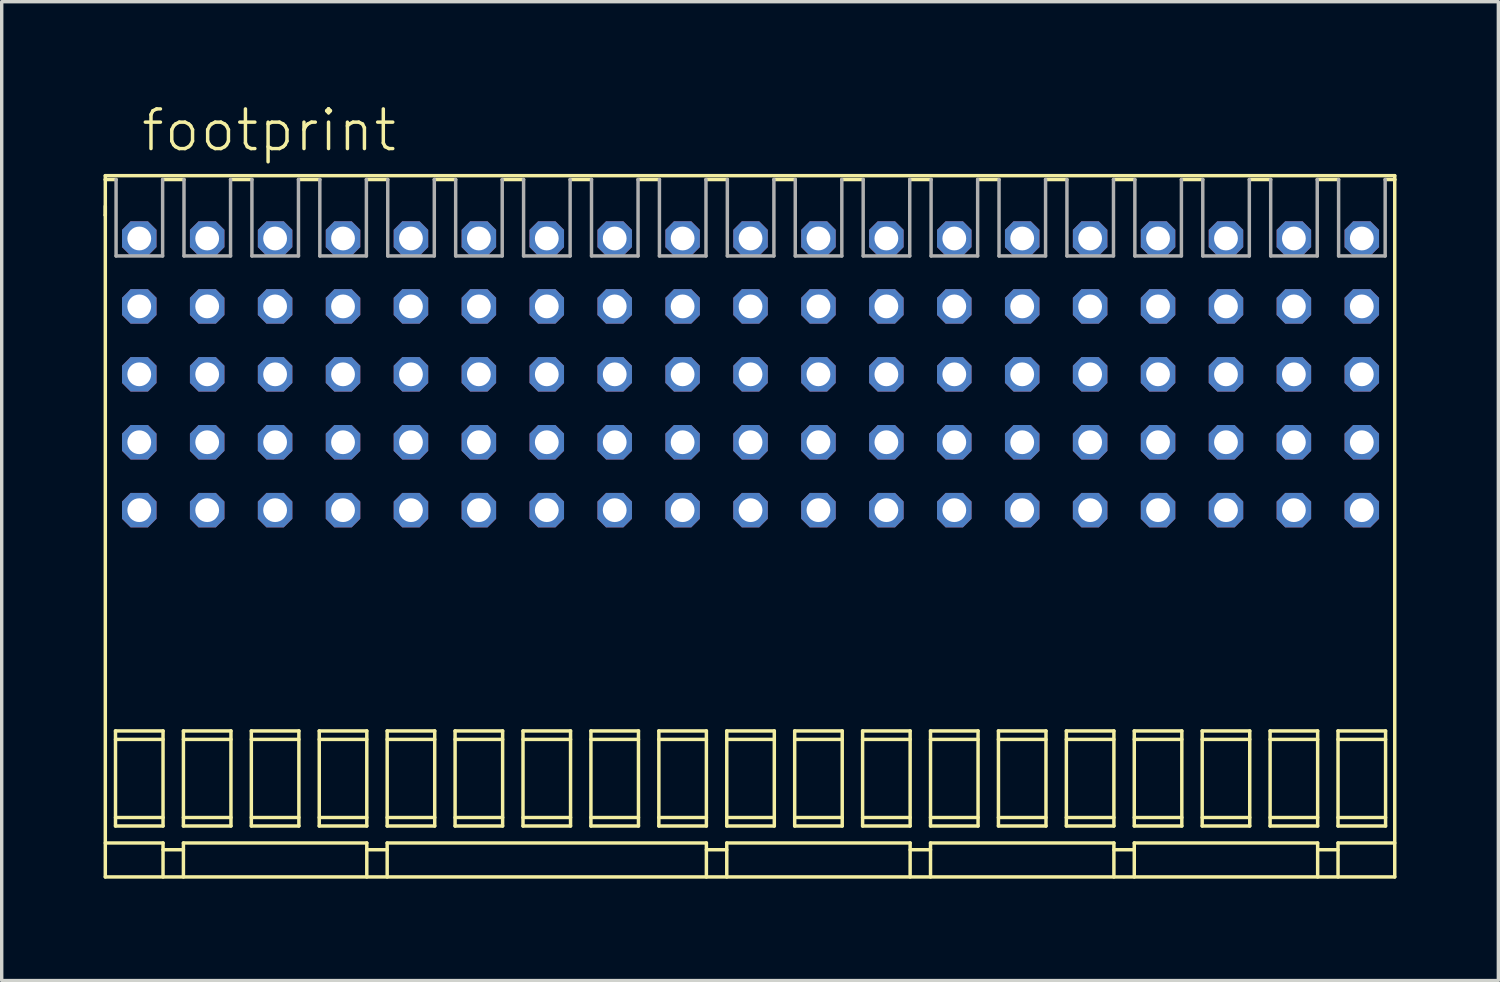
<source format=kicad_pcb>
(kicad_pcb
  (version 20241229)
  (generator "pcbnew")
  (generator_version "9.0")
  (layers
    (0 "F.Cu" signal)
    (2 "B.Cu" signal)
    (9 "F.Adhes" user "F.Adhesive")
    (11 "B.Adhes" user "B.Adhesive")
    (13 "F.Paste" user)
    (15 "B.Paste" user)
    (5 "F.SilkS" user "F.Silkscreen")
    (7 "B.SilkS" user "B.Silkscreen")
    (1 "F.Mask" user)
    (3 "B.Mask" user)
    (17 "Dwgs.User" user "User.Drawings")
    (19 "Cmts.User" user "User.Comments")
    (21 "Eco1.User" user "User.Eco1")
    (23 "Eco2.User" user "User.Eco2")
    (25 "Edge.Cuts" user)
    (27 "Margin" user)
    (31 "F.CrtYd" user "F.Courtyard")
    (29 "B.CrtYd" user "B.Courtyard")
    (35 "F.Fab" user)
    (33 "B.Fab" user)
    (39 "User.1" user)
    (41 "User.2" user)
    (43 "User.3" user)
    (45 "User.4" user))
  (footprint "footprint"
    (layer "F.Cu")
    (at 19.051 11.973)
    (property "Reference" "footprint" (at -18 -10.5 0) (layer "F.SilkS") (effects (font (size 1.168 1.168) (thickness 0.102)) (justify left bottom)))
    (fp_line (start -19 -9.85) (end 18.97 -9.85) (stroke (width 0.102) (type solid)) (layer "F.SilkS"))
    (fp_line (start -19 -9.736) (end -19 -9.85) (stroke (width 0.102) (type solid)) (layer "F.SilkS"))
    (fp_line (start -19 -8.952) (end -19 -8.686) (stroke (width 0.102) (type solid)) (layer "F.SilkS"))
    (fp_line (start -19 -8.686) (end -19 -9.736) (stroke (width 0.102) (type solid)) (layer "F.SilkS"))
    (fp_line (start -19 -8.686) (end -19 10.8) (stroke (width 0.102) (type solid)) (layer "F.SilkS"))
    (fp_line (start -19 10.8) (end 18.97 10.8) (stroke (width 0.102) (type solid)) (layer "F.SilkS"))
    (fp_line (start -18.7 6.75) (end -17.3 6.75) (stroke (width 0.102) (type solid)) (layer "F.SilkS"))
    (fp_line (start -18.7 9.05) (end -17.3 9.05) (stroke (width 0.102) (type solid)) (layer "F.SilkS"))
    (fp_line (start -18.7 9.3) (end -18.7 6.5) (stroke (width 0.102) (type solid)) (layer "F.SilkS"))
    (fp_line (start -18.683 -9.736) (end -19 -9.736) (stroke (width 0.102) (type solid)) (layer "F.SilkS"))
    (fp_line (start -17.3 6.5) (end -18.7 6.5) (stroke (width 0.102) (type solid)) (layer "F.SilkS"))
    (fp_line (start -17.3 9.3) (end -18.7 9.3) (stroke (width 0.102) (type solid)) (layer "F.SilkS"))
    (fp_line (start -17.3 9.3) (end -17.3 6.5) (stroke (width 0.102) (type solid)) (layer "F.SilkS"))
    (fp_line (start -17.3 9.8) (end -19 9.8) (stroke (width 0.102) (type solid)) (layer "F.SilkS"))
    (fp_line (start -17.3 10) (end -16.7 10) (stroke (width 0.102) (type solid)) (layer "F.SilkS"))
    (fp_line (start -17.3 10.8) (end -17.3 9.8) (stroke (width 0.102) (type solid)) (layer "F.SilkS"))
    (fp_line (start -16.7 6.75) (end -15.3 6.75) (stroke (width 0.102) (type solid)) (layer "F.SilkS"))
    (fp_line (start -16.7 9.05) (end -15.3 9.05) (stroke (width 0.102) (type solid)) (layer "F.SilkS"))
    (fp_line (start -16.7 9.3) (end -16.7 6.5) (stroke (width 0.102) (type solid)) (layer "F.SilkS"))
    (fp_line (start -16.7 9.8) (end -11.3 9.8) (stroke (width 0.102) (type solid)) (layer "F.SilkS"))
    (fp_line (start -16.7 10.8) (end -16.7 9.8) (stroke (width 0.102) (type solid)) (layer "F.SilkS"))
    (fp_line (start -16.683 -9.736) (end -17.312 -9.736) (stroke (width 0.102) (type solid)) (layer "F.SilkS"))
    (fp_line (start -15.3 6.5) (end -16.7 6.5) (stroke (width 0.102) (type solid)) (layer "F.SilkS"))
    (fp_line (start -15.3 9.3) (end -16.7 9.3) (stroke (width 0.102) (type solid)) (layer "F.SilkS"))
    (fp_line (start -15.3 9.3) (end -15.3 6.5) (stroke (width 0.102) (type solid)) (layer "F.SilkS"))
    (fp_line (start -14.7 6.75) (end -13.3 6.75) (stroke (width 0.102) (type solid)) (layer "F.SilkS"))
    (fp_line (start -14.7 9.05) (end -13.3 9.05) (stroke (width 0.102) (type solid)) (layer "F.SilkS"))
    (fp_line (start -14.7 9.3) (end -14.7 6.5) (stroke (width 0.102) (type solid)) (layer "F.SilkS"))
    (fp_line (start -14.683 -9.736) (end -15.312 -9.736) (stroke (width 0.102) (type solid)) (layer "F.SilkS"))
    (fp_line (start -13.3 6.5) (end -14.7 6.5) (stroke (width 0.102) (type solid)) (layer "F.SilkS"))
    (fp_line (start -13.3 9.3) (end -14.7 9.3) (stroke (width 0.102) (type solid)) (layer "F.SilkS"))
    (fp_line (start -13.3 9.3) (end -13.3 6.5) (stroke (width 0.102) (type solid)) (layer "F.SilkS"))
    (fp_line (start -12.7 6.75) (end -11.3 6.75) (stroke (width 0.102) (type solid)) (layer "F.SilkS"))
    (fp_line (start -12.7 9.05) (end -11.3 9.05) (stroke (width 0.102) (type solid)) (layer "F.SilkS"))
    (fp_line (start -12.7 9.3) (end -12.7 6.5) (stroke (width 0.102) (type solid)) (layer "F.SilkS"))
    (fp_line (start -12.683 -9.736) (end -13.312 -9.736) (stroke (width 0.102) (type solid)) (layer "F.SilkS"))
    (fp_line (start -11.3 6.5) (end -12.7 6.5) (stroke (width 0.102) (type solid)) (layer "F.SilkS"))
    (fp_line (start -11.3 9.3) (end -12.7 9.3) (stroke (width 0.102) (type solid)) (layer "F.SilkS"))
    (fp_line (start -11.3 9.3) (end -11.3 6.5) (stroke (width 0.102) (type solid)) (layer "F.SilkS"))
    (fp_line (start -11.3 10) (end -10.7 10) (stroke (width 0.102) (type solid)) (layer "F.SilkS"))
    (fp_line (start -11.3 10.8) (end -11.3 9.8) (stroke (width 0.102) (type solid)) (layer "F.SilkS"))
    (fp_line (start -10.7 6.75) (end -9.3 6.75) (stroke (width 0.102) (type solid)) (layer "F.SilkS"))
    (fp_line (start -10.7 9.05) (end -9.3 9.05) (stroke (width 0.102) (type solid)) (layer "F.SilkS"))
    (fp_line (start -10.7 9.3) (end -10.7 6.5) (stroke (width 0.102) (type solid)) (layer "F.SilkS"))
    (fp_line (start -10.7 9.8) (end -10.7 10.8) (stroke (width 0.102) (type solid)) (layer "F.SilkS"))
    (fp_line (start -10.683 -9.736) (end -11.312 -9.736) (stroke (width 0.102) (type solid)) (layer "F.SilkS"))
    (fp_line (start -9.3 6.5) (end -10.7 6.5) (stroke (width 0.102) (type solid)) (layer "F.SilkS"))
    (fp_line (start -9.3 9.3) (end -10.7 9.3) (stroke (width 0.102) (type solid)) (layer "F.SilkS"))
    (fp_line (start -9.3 9.3) (end -9.3 6.5) (stroke (width 0.102) (type solid)) (layer "F.SilkS"))
    (fp_line (start -8.7 6.75) (end -7.3 6.75) (stroke (width 0.102) (type solid)) (layer "F.SilkS"))
    (fp_line (start -8.7 9.05) (end -7.3 9.05) (stroke (width 0.102) (type solid)) (layer "F.SilkS"))
    (fp_line (start -8.7 9.3) (end -8.7 6.5) (stroke (width 0.102) (type solid)) (layer "F.SilkS"))
    (fp_line (start -8.683 -9.736) (end -9.312 -9.736) (stroke (width 0.102) (type solid)) (layer "F.SilkS"))
    (fp_line (start -7.3 6.5) (end -8.7 6.5) (stroke (width 0.102) (type solid)) (layer "F.SilkS"))
    (fp_line (start -7.3 9.3) (end -8.7 9.3) (stroke (width 0.102) (type solid)) (layer "F.SilkS"))
    (fp_line (start -7.3 9.3) (end -7.3 6.5) (stroke (width 0.102) (type solid)) (layer "F.SilkS"))
    (fp_line (start -6.7 9.3) (end -6.7 6.5) (stroke (width 0.102) (type solid)) (layer "F.SilkS"))
    (fp_line (start -6.683 -9.736) (end -7.312 -9.736) (stroke (width 0.102) (type solid)) (layer "F.SilkS"))
    (fp_line (start -5.3 6.5) (end -6.7 6.5) (stroke (width 0.102) (type solid)) (layer "F.SilkS"))
    (fp_line (start -5.3 6.5) (end -5.3 9.3) (stroke (width 0.102) (type solid)) (layer "F.SilkS"))
    (fp_line (start -5.3 6.75) (end -6.7 6.75) (stroke (width 0.102) (type solid)) (layer "F.SilkS"))
    (fp_line (start -5.3 9.05) (end -6.7 9.05) (stroke (width 0.102) (type solid)) (layer "F.SilkS"))
    (fp_line (start -5.3 9.3) (end -6.7 9.3) (stroke (width 0.102) (type solid)) (layer "F.SilkS"))
    (fp_line (start -4.7 6.5) (end -3.3 6.5) (stroke (width 0.102) (type solid)) (layer "F.SilkS"))
    (fp_line (start -4.7 9.3) (end -4.7 6.5) (stroke (width 0.102) (type solid)) (layer "F.SilkS"))
    (fp_line (start -4.683 -9.736) (end -5.312 -9.736) (stroke (width 0.102) (type solid)) (layer "F.SilkS"))
    (fp_line (start -3.3 6.5) (end -3.3 9.3) (stroke (width 0.102) (type solid)) (layer "F.SilkS"))
    (fp_line (start -3.3 6.75) (end -4.7 6.75) (stroke (width 0.102) (type solid)) (layer "F.SilkS"))
    (fp_line (start -3.3 9.05) (end -4.7 9.05) (stroke (width 0.102) (type solid)) (layer "F.SilkS"))
    (fp_line (start -3.3 9.3) (end -4.7 9.3) (stroke (width 0.102) (type solid)) (layer "F.SilkS"))
    (fp_line (start -2.7 6.5) (end -1.3 6.5) (stroke (width 0.102) (type solid)) (layer "F.SilkS"))
    (fp_line (start -2.7 9.3) (end -2.7 6.5) (stroke (width 0.102) (type solid)) (layer "F.SilkS"))
    (fp_line (start -2.683 -9.736) (end -3.312 -9.736) (stroke (width 0.102) (type solid)) (layer "F.SilkS"))
    (fp_line (start -1.3 6.5) (end -1.3 9.3) (stroke (width 0.102) (type solid)) (layer "F.SilkS"))
    (fp_line (start -1.3 6.75) (end -2.7 6.75) (stroke (width 0.102) (type solid)) (layer "F.SilkS"))
    (fp_line (start -1.3 9.05) (end -2.7 9.05) (stroke (width 0.102) (type solid)) (layer "F.SilkS"))
    (fp_line (start -1.3 9.3) (end -2.7 9.3) (stroke (width 0.102) (type solid)) (layer "F.SilkS"))
    (fp_line (start -1.3 9.8) (end -10.7 9.8) (stroke (width 0.102) (type solid)) (layer "F.SilkS"))
    (fp_line (start -1.3 10.8) (end -1.3 9.8) (stroke (width 0.102) (type solid)) (layer "F.SilkS"))
    (fp_line (start -0.7 6.5) (end 0.7 6.5) (stroke (width 0.102) (type solid)) (layer "F.SilkS"))
    (fp_line (start -0.7 9.3) (end -0.7 6.5) (stroke (width 0.102) (type solid)) (layer "F.SilkS"))
    (fp_line (start -0.7 9.8) (end -0.7 10.8) (stroke (width 0.102) (type solid)) (layer "F.SilkS"))
    (fp_line (start -0.7 10) (end -1.3 10) (stroke (width 0.102) (type solid)) (layer "F.SilkS"))
    (fp_line (start -0.683 -9.736) (end -1.312 -9.736) (stroke (width 0.102) (type solid)) (layer "F.SilkS"))
    (fp_line (start 0.7 6.5) (end 0.7 9.3) (stroke (width 0.102) (type solid)) (layer "F.SilkS"))
    (fp_line (start 0.7 6.75) (end -0.7 6.75) (stroke (width 0.102) (type solid)) (layer "F.SilkS"))
    (fp_line (start 0.7 9.05) (end -0.7 9.05) (stroke (width 0.102) (type solid)) (layer "F.SilkS"))
    (fp_line (start 0.7 9.3) (end -0.7 9.3) (stroke (width 0.102) (type solid)) (layer "F.SilkS"))
    (fp_line (start 1.3 6.5) (end 2.7 6.5) (stroke (width 0.102) (type solid)) (layer "F.SilkS"))
    (fp_line (start 1.3 9.3) (end 1.3 6.5) (stroke (width 0.102) (type solid)) (layer "F.SilkS"))
    (fp_line (start 1.317 -9.736) (end 0.688 -9.736) (stroke (width 0.102) (type solid)) (layer "F.SilkS"))
    (fp_line (start 2.7 6.5) (end 2.7 9.3) (stroke (width 0.102) (type solid)) (layer "F.SilkS"))
    (fp_line (start 2.7 6.75) (end 1.3 6.75) (stroke (width 0.102) (type solid)) (layer "F.SilkS"))
    (fp_line (start 2.7 9.05) (end 1.3 9.05) (stroke (width 0.102) (type solid)) (layer "F.SilkS"))
    (fp_line (start 2.7 9.3) (end 1.3 9.3) (stroke (width 0.102) (type solid)) (layer "F.SilkS"))
    (fp_line (start 3.3 6.5) (end 4.7 6.5) (stroke (width 0.102) (type solid)) (layer "F.SilkS"))
    (fp_line (start 3.3 9.3) (end 3.3 6.5) (stroke (width 0.102) (type solid)) (layer "F.SilkS"))
    (fp_line (start 3.317 -9.736) (end 2.688 -9.736) (stroke (width 0.102) (type solid)) (layer "F.SilkS"))
    (fp_line (start 4.7 6.5) (end 4.7 9.3) (stroke (width 0.102) (type solid)) (layer "F.SilkS"))
    (fp_line (start 4.7 6.75) (end 3.3 6.75) (stroke (width 0.102) (type solid)) (layer "F.SilkS"))
    (fp_line (start 4.7 9.05) (end 3.3 9.05) (stroke (width 0.102) (type solid)) (layer "F.SilkS"))
    (fp_line (start 4.7 9.3) (end 3.3 9.3) (stroke (width 0.102) (type solid)) (layer "F.SilkS"))
    (fp_line (start 4.7 9.8) (end -0.7 9.8) (stroke (width 0.102) (type solid)) (layer "F.SilkS"))
    (fp_line (start 4.7 9.8) (end 4.7 10.8) (stroke (width 0.102) (type solid)) (layer "F.SilkS"))
    (fp_line (start 5.3 6.5) (end 6.7 6.5) (stroke (width 0.102) (type solid)) (layer "F.SilkS"))
    (fp_line (start 5.3 9.3) (end 5.3 6.5) (stroke (width 0.102) (type solid)) (layer "F.SilkS"))
    (fp_line (start 5.3 9.8) (end 5.3 10.8) (stroke (width 0.102) (type solid)) (layer "F.SilkS"))
    (fp_line (start 5.3 10) (end 4.7 10) (stroke (width 0.102) (type solid)) (layer "F.SilkS"))
    (fp_line (start 5.317 -9.736) (end 4.688 -9.736) (stroke (width 0.102) (type solid)) (layer "F.SilkS"))
    (fp_line (start 6.7 6.5) (end 6.7 9.3) (stroke (width 0.102) (type solid)) (layer "F.SilkS"))
    (fp_line (start 6.7 6.75) (end 5.3 6.75) (stroke (width 0.102) (type solid)) (layer "F.SilkS"))
    (fp_line (start 6.7 9.05) (end 5.3 9.05) (stroke (width 0.102) (type solid)) (layer "F.SilkS"))
    (fp_line (start 6.7 9.3) (end 5.3 9.3) (stroke (width 0.102) (type solid)) (layer "F.SilkS"))
    (fp_line (start 7.3 6.5) (end 8.7 6.5) (stroke (width 0.102) (type solid)) (layer "F.SilkS"))
    (fp_line (start 7.3 9.3) (end 7.3 6.5) (stroke (width 0.102) (type solid)) (layer "F.SilkS"))
    (fp_line (start 7.317 -9.736) (end 6.688 -9.736) (stroke (width 0.102) (type solid)) (layer "F.SilkS"))
    (fp_line (start 8.7 6.5) (end 8.7 9.3) (stroke (width 0.102) (type solid)) (layer "F.SilkS"))
    (fp_line (start 8.7 6.75) (end 7.3 6.75) (stroke (width 0.102) (type solid)) (layer "F.SilkS"))
    (fp_line (start 8.7 9.05) (end 7.3 9.05) (stroke (width 0.102) (type solid)) (layer "F.SilkS"))
    (fp_line (start 8.7 9.3) (end 7.3 9.3) (stroke (width 0.102) (type solid)) (layer "F.SilkS"))
    (fp_line (start 9.3 6.5) (end 10.7 6.5) (stroke (width 0.102) (type solid)) (layer "F.SilkS"))
    (fp_line (start 9.3 9.3) (end 9.3 6.5) (stroke (width 0.102) (type solid)) (layer "F.SilkS"))
    (fp_line (start 9.317 -9.736) (end 8.688 -9.736) (stroke (width 0.102) (type solid)) (layer "F.SilkS"))
    (fp_line (start 10.7 6.5) (end 10.7 9.3) (stroke (width 0.102) (type solid)) (layer "F.SilkS"))
    (fp_line (start 10.7 6.75) (end 9.3 6.75) (stroke (width 0.102) (type solid)) (layer "F.SilkS"))
    (fp_line (start 10.7 9.05) (end 9.3 9.05) (stroke (width 0.102) (type solid)) (layer "F.SilkS"))
    (fp_line (start 10.7 9.3) (end 9.3 9.3) (stroke (width 0.102) (type solid)) (layer "F.SilkS"))
    (fp_line (start 10.7 9.8) (end 5.3 9.8) (stroke (width 0.102) (type solid)) (layer "F.SilkS"))
    (fp_line (start 10.7 10.8) (end 10.7 9.8) (stroke (width 0.102) (type solid)) (layer "F.SilkS"))
    (fp_line (start 11.3 6.5) (end 12.7 6.5) (stroke (width 0.102) (type solid)) (layer "F.SilkS"))
    (fp_line (start 11.3 9.3) (end 11.3 6.5) (stroke (width 0.102) (type solid)) (layer "F.SilkS"))
    (fp_line (start 11.3 9.3) (end 12.7 9.3) (stroke (width 0.102) (type solid)) (layer "F.SilkS"))
    (fp_line (start 11.3 9.8) (end 11.3 10.8) (stroke (width 0.102) (type solid)) (layer "F.SilkS"))
    (fp_line (start 11.3 10) (end 10.7 10) (stroke (width 0.102) (type solid)) (layer "F.SilkS"))
    (fp_line (start 11.317 -9.736) (end 10.688 -9.736) (stroke (width 0.102) (type solid)) (layer "F.SilkS"))
    (fp_line (start 12.7 6.75) (end 11.3 6.75) (stroke (width 0.102) (type solid)) (layer "F.SilkS"))
    (fp_line (start 12.7 9.05) (end 11.3 9.05) (stroke (width 0.102) (type solid)) (layer "F.SilkS"))
    (fp_line (start 12.7 9.3) (end 12.7 6.5) (stroke (width 0.102) (type solid)) (layer "F.SilkS"))
    (fp_line (start 13.3 6.5) (end 14.7 6.5) (stroke (width 0.102) (type solid)) (layer "F.SilkS"))
    (fp_line (start 13.3 9.3) (end 13.3 6.5) (stroke (width 0.102) (type solid)) (layer "F.SilkS"))
    (fp_line (start 13.3 9.3) (end 14.7 9.3) (stroke (width 0.102) (type solid)) (layer "F.SilkS"))
    (fp_line (start 13.317 -9.736) (end 12.688 -9.736) (stroke (width 0.102) (type solid)) (layer "F.SilkS"))
    (fp_line (start 14.7 6.75) (end 13.3 6.75) (stroke (width 0.102) (type solid)) (layer "F.SilkS"))
    (fp_line (start 14.7 9.05) (end 13.3 9.05) (stroke (width 0.102) (type solid)) (layer "F.SilkS"))
    (fp_line (start 14.7 9.3) (end 14.7 6.5) (stroke (width 0.102) (type solid)) (layer "F.SilkS"))
    (fp_line (start 15.3 6.5) (end 16.7 6.5) (stroke (width 0.102) (type solid)) (layer "F.SilkS"))
    (fp_line (start 15.3 9.3) (end 15.3 6.5) (stroke (width 0.102) (type solid)) (layer "F.SilkS"))
    (fp_line (start 15.3 9.3) (end 16.7 9.3) (stroke (width 0.102) (type solid)) (layer "F.SilkS"))
    (fp_line (start 15.317 -9.736) (end 14.688 -9.736) (stroke (width 0.102) (type solid)) (layer "F.SilkS"))
    (fp_line (start 16.7 6.75) (end 15.3 6.75) (stroke (width 0.102) (type solid)) (layer "F.SilkS"))
    (fp_line (start 16.7 9.05) (end 15.3 9.05) (stroke (width 0.102) (type solid)) (layer "F.SilkS"))
    (fp_line (start 16.7 9.3) (end 16.7 6.5) (stroke (width 0.102) (type solid)) (layer "F.SilkS"))
    (fp_line (start 16.7 9.8) (end 11.3 9.8) (stroke (width 0.102) (type solid)) (layer "F.SilkS"))
    (fp_line (start 16.7 10.8) (end 16.7 9.8) (stroke (width 0.102) (type solid)) (layer "F.SilkS"))
    (fp_line (start 17.3 6.5) (end 18.7 6.5) (stroke (width 0.102) (type solid)) (layer "F.SilkS"))
    (fp_line (start 17.3 9.3) (end 17.3 6.5) (stroke (width 0.102) (type solid)) (layer "F.SilkS"))
    (fp_line (start 17.3 9.8) (end 18.97 9.8) (stroke (width 0.102) (type solid)) (layer "F.SilkS"))
    (fp_line (start 17.3 10) (end 16.7 10) (stroke (width 0.102) (type solid)) (layer "F.SilkS"))
    (fp_line (start 17.3 10.8) (end 17.3 9.8) (stroke (width 0.102) (type solid)) (layer "F.SilkS"))
    (fp_line (start 17.317 -9.736) (end 16.688 -9.736) (stroke (width 0.102) (type solid)) (layer "F.SilkS"))
    (fp_line (start 18.7 6.5) (end 18.7 9.3) (stroke (width 0.102) (type solid)) (layer "F.SilkS"))
    (fp_line (start 18.7 6.75) (end 17.3 6.75) (stroke (width 0.102) (type solid)) (layer "F.SilkS"))
    (fp_line (start 18.7 9.05) (end 17.3 9.05) (stroke (width 0.102) (type solid)) (layer "F.SilkS"))
    (fp_line (start 18.7 9.3) (end 17.3 9.3) (stroke (width 0.102) (type solid)) (layer "F.SilkS"))
    (fp_line (start 18.97 -9.85) (end 18.97 -9.736) (stroke (width 0.102) (type solid)) (layer "F.SilkS"))
    (fp_line (start 18.97 -9.736) (end 18.688 -9.736) (stroke (width 0.102) (type solid)) (layer "F.SilkS"))
    (fp_line (start 18.97 10.8) (end 18.97 -9.736) (stroke (width 0.102) (type solid)) (layer "F.SilkS"))
    (fp_line (start -18.683 -7.486) (end -18.683 -9.736) (stroke (width 0.102) (type solid)) (layer "F.Fab"))
    (fp_line (start -17.312 -9.736) (end -17.312 -7.486) (stroke (width 0.102) (type solid)) (layer "F.Fab"))
    (fp_line (start -17.312 -7.486) (end -18.683 -7.486) (stroke (width 0.102) (type solid)) (layer "F.Fab"))
    (fp_line (start -16.683 -7.486) (end -16.683 -9.736) (stroke (width 0.102) (type solid)) (layer "F.Fab"))
    (fp_line (start -15.312 -9.736) (end -15.312 -7.486) (stroke (width 0.102) (type solid)) (layer "F.Fab"))
    (fp_line (start -15.312 -7.486) (end -16.683 -7.486) (stroke (width 0.102) (type solid)) (layer "F.Fab"))
    (fp_line (start -14.683 -7.486) (end -14.683 -9.736) (stroke (width 0.102) (type solid)) (layer "F.Fab"))
    (fp_line (start -13.312 -9.736) (end -13.312 -7.486) (stroke (width 0.102) (type solid)) (layer "F.Fab"))
    (fp_line (start -13.312 -7.486) (end -14.683 -7.486) (stroke (width 0.102) (type solid)) (layer "F.Fab"))
    (fp_line (start -12.683 -7.486) (end -12.683 -9.736) (stroke (width 0.102) (type solid)) (layer "F.Fab"))
    (fp_line (start -11.312 -9.736) (end -11.312 -7.486) (stroke (width 0.102) (type solid)) (layer "F.Fab"))
    (fp_line (start -11.312 -7.486) (end -12.683 -7.486) (stroke (width 0.102) (type solid)) (layer "F.Fab"))
    (fp_line (start -10.683 -7.486) (end -10.683 -9.736) (stroke (width 0.102) (type solid)) (layer "F.Fab"))
    (fp_line (start -9.312 -9.736) (end -9.312 -7.486) (stroke (width 0.102) (type solid)) (layer "F.Fab"))
    (fp_line (start -9.312 -7.486) (end -10.683 -7.486) (stroke (width 0.102) (type solid)) (layer "F.Fab"))
    (fp_line (start -8.683 -7.486) (end -8.683 -9.736) (stroke (width 0.102) (type solid)) (layer "F.Fab"))
    (fp_line (start -7.312 -9.736) (end -7.312 -7.486) (stroke (width 0.102) (type solid)) (layer "F.Fab"))
    (fp_line (start -7.312 -7.486) (end -8.683 -7.486) (stroke (width 0.102) (type solid)) (layer "F.Fab"))
    (fp_line (start -6.683 -7.486) (end -6.683 -9.736) (stroke (width 0.102) (type solid)) (layer "F.Fab"))
    (fp_line (start -5.312 -9.736) (end -5.312 -7.486) (stroke (width 0.102) (type solid)) (layer "F.Fab"))
    (fp_line (start -5.312 -7.486) (end -6.683 -7.486) (stroke (width 0.102) (type solid)) (layer "F.Fab"))
    (fp_line (start -4.683 -7.486) (end -4.683 -9.736) (stroke (width 0.102) (type solid)) (layer "F.Fab"))
    (fp_line (start -3.312 -9.736) (end -3.312 -7.486) (stroke (width 0.102) (type solid)) (layer "F.Fab"))
    (fp_line (start -3.312 -7.486) (end -4.683 -7.486) (stroke (width 0.102) (type solid)) (layer "F.Fab"))
    (fp_line (start -2.683 -7.486) (end -2.683 -9.736) (stroke (width 0.102) (type solid)) (layer "F.Fab"))
    (fp_line (start -1.312 -9.736) (end -1.312 -7.486) (stroke (width 0.102) (type solid)) (layer "F.Fab"))
    (fp_line (start -1.312 -7.486) (end -2.683 -7.486) (stroke (width 0.102) (type solid)) (layer "F.Fab"))
    (fp_line (start -0.683 -7.486) (end -0.683 -9.736) (stroke (width 0.102) (type solid)) (layer "F.Fab"))
    (fp_line (start 0.688 -9.736) (end 0.688 -7.486) (stroke (width 0.102) (type solid)) (layer "F.Fab"))
    (fp_line (start 0.688 -7.486) (end -0.683 -7.486) (stroke (width 0.102) (type solid)) (layer "F.Fab"))
    (fp_line (start 1.317 -7.486) (end 1.317 -9.736) (stroke (width 0.102) (type solid)) (layer "F.Fab"))
    (fp_line (start 2.688 -9.736) (end 2.688 -7.486) (stroke (width 0.102) (type solid)) (layer "F.Fab"))
    (fp_line (start 2.688 -7.486) (end 1.317 -7.486) (stroke (width 0.102) (type solid)) (layer "F.Fab"))
    (fp_line (start 3.317 -7.486) (end 3.317 -9.736) (stroke (width 0.102) (type solid)) (layer "F.Fab"))
    (fp_line (start 4.688 -9.736) (end 4.688 -7.486) (stroke (width 0.102) (type solid)) (layer "F.Fab"))
    (fp_line (start 4.688 -7.486) (end 3.317 -7.486) (stroke (width 0.102) (type solid)) (layer "F.Fab"))
    (fp_line (start 5.317 -7.486) (end 5.317 -9.736) (stroke (width 0.102) (type solid)) (layer "F.Fab"))
    (fp_line (start 6.688 -9.736) (end 6.688 -7.486) (stroke (width 0.102) (type solid)) (layer "F.Fab"))
    (fp_line (start 6.688 -7.486) (end 5.317 -7.486) (stroke (width 0.102) (type solid)) (layer "F.Fab"))
    (fp_line (start 7.317 -7.486) (end 7.317 -9.736) (stroke (width 0.102) (type solid)) (layer "F.Fab"))
    (fp_line (start 8.688 -9.736) (end 8.688 -7.486) (stroke (width 0.102) (type solid)) (layer "F.Fab"))
    (fp_line (start 8.688 -7.486) (end 7.317 -7.486) (stroke (width 0.102) (type solid)) (layer "F.Fab"))
    (fp_line (start 9.317 -7.486) (end 9.317 -9.736) (stroke (width 0.102) (type solid)) (layer "F.Fab"))
    (fp_line (start 10.688 -9.736) (end 10.688 -7.486) (stroke (width 0.102) (type solid)) (layer "F.Fab"))
    (fp_line (start 10.688 -7.486) (end 9.317 -7.486) (stroke (width 0.102) (type solid)) (layer "F.Fab"))
    (fp_line (start 11.317 -7.486) (end 11.317 -9.736) (stroke (width 0.102) (type solid)) (layer "F.Fab"))
    (fp_line (start 12.688 -9.736) (end 12.688 -7.486) (stroke (width 0.102) (type solid)) (layer "F.Fab"))
    (fp_line (start 12.688 -7.486) (end 11.317 -7.486) (stroke (width 0.102) (type solid)) (layer "F.Fab"))
    (fp_line (start 13.317 -7.486) (end 13.317 -9.736) (stroke (width 0.102) (type solid)) (layer "F.Fab"))
    (fp_line (start 14.688 -9.736) (end 14.688 -7.486) (stroke (width 0.102) (type solid)) (layer "F.Fab"))
    (fp_line (start 14.688 -7.486) (end 13.317 -7.486) (stroke (width 0.102) (type solid)) (layer "F.Fab"))
    (fp_line (start 15.317 -7.486) (end 15.317 -9.736) (stroke (width 0.102) (type solid)) (layer "F.Fab"))
    (fp_line (start 16.688 -9.736) (end 16.688 -7.486) (stroke (width 0.102) (type solid)) (layer "F.Fab"))
    (fp_line (start 16.688 -7.486) (end 15.317 -7.486) (stroke (width 0.102) (type solid)) (layer "F.Fab"))
    (fp_line (start 17.317 -7.486) (end 17.317 -9.736) (stroke (width 0.102) (type solid)) (layer "F.Fab"))
    (fp_line (start 18.688 -9.736) (end 18.688 -7.486) (stroke (width 0.102) (type solid)) (layer "F.Fab"))
    (fp_line (start 18.688 -7.486) (end 17.317 -7.486) (stroke (width 0.102) (type solid)) (layer "F.Fab"))
    (pad "A1" thru_hole roundrect (at 18 0) (size 1.016 1.016) (drill 0.7) (layers "*.Cu" "*.Mask") (roundrect_rratio 0.25) (chamfer_ratio 0.25) (chamfer top_left top_right bottom_left bottom_right))
    (pad "A2" thru_hole roundrect (at 16 0) (size 1.016 1.016) (drill 0.7) (layers "*.Cu" "*.Mask") (roundrect_rratio 0.25) (chamfer_ratio 0.25) (chamfer top_left top_right bottom_left bottom_right))
    (pad "A3" thru_hole roundrect (at 14 0) (size 1.016 1.016) (drill 0.7) (layers "*.Cu" "*.Mask") (roundrect_rratio 0.25) (chamfer_ratio 0.25) (chamfer top_left top_right bottom_left bottom_right))
    (pad "A4" thru_hole roundrect (at 12 0) (size 1.016 1.016) (drill 0.7) (layers "*.Cu" "*.Mask") (roundrect_rratio 0.25) (chamfer_ratio 0.25) (chamfer top_left top_right bottom_left bottom_right))
    (pad "A5" thru_hole roundrect (at 10 0) (size 1.016 1.016) (drill 0.7) (layers "*.Cu" "*.Mask") (roundrect_rratio 0.25) (chamfer_ratio 0.25) (chamfer top_left top_right bottom_left bottom_right))
    (pad "A6" thru_hole roundrect (at 8 0) (size 1.016 1.016) (drill 0.7) (layers "*.Cu" "*.Mask") (roundrect_rratio 0.25) (chamfer_ratio 0.25) (chamfer top_left top_right bottom_left bottom_right))
    (pad "A7" thru_hole roundrect (at 6 0) (size 1.016 1.016) (drill 0.7) (layers "*.Cu" "*.Mask") (roundrect_rratio 0.25) (chamfer_ratio 0.25) (chamfer top_left top_right bottom_left bottom_right))
    (pad "A8" thru_hole roundrect (at 4 0) (size 1.016 1.016) (drill 0.7) (layers "*.Cu" "*.Mask") (roundrect_rratio 0.25) (chamfer_ratio 0.25) (chamfer top_left top_right bottom_left bottom_right))
    (pad "A9" thru_hole roundrect (at 2 0) (size 1.016 1.016) (drill 0.7) (layers "*.Cu" "*.Mask") (roundrect_rratio 0.25) (chamfer_ratio 0.25) (chamfer top_left top_right bottom_left bottom_right))
    (pad "A10" thru_hole roundrect (at 0 0) (size 1.016 1.016) (drill 0.7) (layers "*.Cu" "*.Mask") (roundrect_rratio 0.25) (chamfer_ratio 0.25) (chamfer top_left top_right bottom_left bottom_right))
    (pad "A11" thru_hole roundrect (at -2 0) (size 1.016 1.016) (drill 0.7) (layers "*.Cu" "*.Mask") (roundrect_rratio 0.25) (chamfer_ratio 0.25) (chamfer top_left top_right bottom_left bottom_right))
    (pad "A12" thru_hole roundrect (at -4 0) (size 1.016 1.016) (drill 0.7) (layers "*.Cu" "*.Mask") (roundrect_rratio 0.25) (chamfer_ratio 0.25) (chamfer top_left top_right bottom_left bottom_right))
    (pad "A13" thru_hole roundrect (at -6 0) (size 1.016 1.016) (drill 0.7) (layers "*.Cu" "*.Mask") (roundrect_rratio 0.25) (chamfer_ratio 0.25) (chamfer top_left top_right bottom_left bottom_right))
    (pad "A14" thru_hole roundrect (at -8 0) (size 1.016 1.016) (drill 0.7) (layers "*.Cu" "*.Mask") (roundrect_rratio 0.25) (chamfer_ratio 0.25) (chamfer top_left top_right bottom_left bottom_right))
    (pad "A15" thru_hole roundrect (at -10 0) (size 1.016 1.016) (drill 0.7) (layers "*.Cu" "*.Mask") (roundrect_rratio 0.25) (chamfer_ratio 0.25) (chamfer top_left top_right bottom_left bottom_right))
    (pad "A16" thru_hole roundrect (at -12 0) (size 1.016 1.016) (drill 0.7) (layers "*.Cu" "*.Mask") (roundrect_rratio 0.25) (chamfer_ratio 0.25) (chamfer top_left top_right bottom_left bottom_right))
    (pad "A17" thru_hole roundrect (at -14 0) (size 1.016 1.016) (drill 0.7) (layers "*.Cu" "*.Mask") (roundrect_rratio 0.25) (chamfer_ratio 0.25) (chamfer top_left top_right bottom_left bottom_right))
    (pad "A18" thru_hole roundrect (at -16 0) (size 1.016 1.016) (drill 0.7) (layers "*.Cu" "*.Mask") (roundrect_rratio 0.25) (chamfer_ratio 0.25) (chamfer top_left top_right bottom_left bottom_right))
    (pad "A19" thru_hole roundrect (at -18 0) (size 1.016 1.016) (drill 0.7) (layers "*.Cu" "*.Mask") (roundrect_rratio 0.25) (chamfer_ratio 0.25) (chamfer top_left top_right bottom_left bottom_right))
    (pad "B1" thru_hole roundrect (at 18 -2) (size 1.016 1.016) (drill 0.7) (layers "*.Cu" "*.Mask") (roundrect_rratio 0.25) (chamfer_ratio 0.25) (chamfer top_left top_right bottom_left bottom_right))
    (pad "B2" thru_hole roundrect (at 16 -2) (size 1.016 1.016) (drill 0.7) (layers "*.Cu" "*.Mask") (roundrect_rratio 0.25) (chamfer_ratio 0.25) (chamfer top_left top_right bottom_left bottom_right))
    (pad "B3" thru_hole roundrect (at 14 -2) (size 1.016 1.016) (drill 0.7) (layers "*.Cu" "*.Mask") (roundrect_rratio 0.25) (chamfer_ratio 0.25) (chamfer top_left top_right bottom_left bottom_right))
    (pad "B4" thru_hole roundrect (at 12 -2) (size 1.016 1.016) (drill 0.7) (layers "*.Cu" "*.Mask") (roundrect_rratio 0.25) (chamfer_ratio 0.25) (chamfer top_left top_right bottom_left bottom_right))
    (pad "B5" thru_hole roundrect (at 10 -2) (size 1.016 1.016) (drill 0.7) (layers "*.Cu" "*.Mask") (roundrect_rratio 0.25) (chamfer_ratio 0.25) (chamfer top_left top_right bottom_left bottom_right))
    (pad "B6" thru_hole roundrect (at 8 -2) (size 1.016 1.016) (drill 0.7) (layers "*.Cu" "*.Mask") (roundrect_rratio 0.25) (chamfer_ratio 0.25) (chamfer top_left top_right bottom_left bottom_right))
    (pad "B7" thru_hole roundrect (at 6 -2) (size 1.016 1.016) (drill 0.7) (layers "*.Cu" "*.Mask") (roundrect_rratio 0.25) (chamfer_ratio 0.25) (chamfer top_left top_right bottom_left bottom_right))
    (pad "B8" thru_hole roundrect (at 4 -2) (size 1.016 1.016) (drill 0.7) (layers "*.Cu" "*.Mask") (roundrect_rratio 0.25) (chamfer_ratio 0.25) (chamfer top_left top_right bottom_left bottom_right))
    (pad "B9" thru_hole roundrect (at 2 -2) (size 1.016 1.016) (drill 0.7) (layers "*.Cu" "*.Mask") (roundrect_rratio 0.25) (chamfer_ratio 0.25) (chamfer top_left top_right bottom_left bottom_right))
    (pad "B10" thru_hole roundrect (at 0 -2) (size 1.016 1.016) (drill 0.7) (layers "*.Cu" "*.Mask") (roundrect_rratio 0.25) (chamfer_ratio 0.25) (chamfer top_left top_right bottom_left bottom_right))
    (pad "B11" thru_hole roundrect (at -2 -2) (size 1.016 1.016) (drill 0.7) (layers "*.Cu" "*.Mask") (roundrect_rratio 0.25) (chamfer_ratio 0.25) (chamfer top_left top_right bottom_left bottom_right))
    (pad "B12" thru_hole roundrect (at -4 -2) (size 1.016 1.016) (drill 0.7) (layers "*.Cu" "*.Mask") (roundrect_rratio 0.25) (chamfer_ratio 0.25) (chamfer top_left top_right bottom_left bottom_right))
    (pad "B13" thru_hole roundrect (at -6 -2) (size 1.016 1.016) (drill 0.7) (layers "*.Cu" "*.Mask") (roundrect_rratio 0.25) (chamfer_ratio 0.25) (chamfer top_left top_right bottom_left bottom_right))
    (pad "B14" thru_hole roundrect (at -8 -2) (size 1.016 1.016) (drill 0.7) (layers "*.Cu" "*.Mask") (roundrect_rratio 0.25) (chamfer_ratio 0.25) (chamfer top_left top_right bottom_left bottom_right))
    (pad "B15" thru_hole roundrect (at -10 -2) (size 1.016 1.016) (drill 0.7) (layers "*.Cu" "*.Mask") (roundrect_rratio 0.25) (chamfer_ratio 0.25) (chamfer top_left top_right bottom_left bottom_right))
    (pad "B16" thru_hole roundrect (at -12 -2) (size 1.016 1.016) (drill 0.7) (layers "*.Cu" "*.Mask") (roundrect_rratio 0.25) (chamfer_ratio 0.25) (chamfer top_left top_right bottom_left bottom_right))
    (pad "B17" thru_hole roundrect (at -14 -2) (size 1.016 1.016) (drill 0.7) (layers "*.Cu" "*.Mask") (roundrect_rratio 0.25) (chamfer_ratio 0.25) (chamfer top_left top_right bottom_left bottom_right))
    (pad "B18" thru_hole roundrect (at -16 -2) (size 1.016 1.016) (drill 0.7) (layers "*.Cu" "*.Mask") (roundrect_rratio 0.25) (chamfer_ratio 0.25) (chamfer top_left top_right bottom_left bottom_right))
    (pad "B19" thru_hole roundrect (at -18 -2) (size 1.016 1.016) (drill 0.7) (layers "*.Cu" "*.Mask") (roundrect_rratio 0.25) (chamfer_ratio 0.25) (chamfer top_left top_right bottom_left bottom_right))
    (pad "C1" thru_hole roundrect (at 18 -4) (size 1.016 1.016) (drill 0.7) (layers "*.Cu" "*.Mask") (roundrect_rratio 0.25) (chamfer_ratio 0.25) (chamfer top_left top_right bottom_left bottom_right))
    (pad "C2" thru_hole roundrect (at 16 -4) (size 1.016 1.016) (drill 0.7) (layers "*.Cu" "*.Mask") (roundrect_rratio 0.25) (chamfer_ratio 0.25) (chamfer top_left top_right bottom_left bottom_right))
    (pad "C3" thru_hole roundrect (at 14 -4) (size 1.016 1.016) (drill 0.7) (layers "*.Cu" "*.Mask") (roundrect_rratio 0.25) (chamfer_ratio 0.25) (chamfer top_left top_right bottom_left bottom_right))
    (pad "C4" thru_hole roundrect (at 12 -4) (size 1.016 1.016) (drill 0.7) (layers "*.Cu" "*.Mask") (roundrect_rratio 0.25) (chamfer_ratio 0.25) (chamfer top_left top_right bottom_left bottom_right))
    (pad "C5" thru_hole roundrect (at 10 -4) (size 1.016 1.016) (drill 0.7) (layers "*.Cu" "*.Mask") (roundrect_rratio 0.25) (chamfer_ratio 0.25) (chamfer top_left top_right bottom_left bottom_right))
    (pad "C6" thru_hole roundrect (at 8 -4) (size 1.016 1.016) (drill 0.7) (layers "*.Cu" "*.Mask") (roundrect_rratio 0.25) (chamfer_ratio 0.25) (chamfer top_left top_right bottom_left bottom_right))
    (pad "C7" thru_hole roundrect (at 6 -4) (size 1.016 1.016) (drill 0.7) (layers "*.Cu" "*.Mask") (roundrect_rratio 0.25) (chamfer_ratio 0.25) (chamfer top_left top_right bottom_left bottom_right))
    (pad "C8" thru_hole roundrect (at 4 -4) (size 1.016 1.016) (drill 0.7) (layers "*.Cu" "*.Mask") (roundrect_rratio 0.25) (chamfer_ratio 0.25) (chamfer top_left top_right bottom_left bottom_right))
    (pad "C9" thru_hole roundrect (at 2 -4) (size 1.016 1.016) (drill 0.7) (layers "*.Cu" "*.Mask") (roundrect_rratio 0.25) (chamfer_ratio 0.25) (chamfer top_left top_right bottom_left bottom_right))
    (pad "C10" thru_hole roundrect (at 0 -4) (size 1.016 1.016) (drill 0.7) (layers "*.Cu" "*.Mask") (roundrect_rratio 0.25) (chamfer_ratio 0.25) (chamfer top_left top_right bottom_left bottom_right))
    (pad "C11" thru_hole roundrect (at -2 -4) (size 1.016 1.016) (drill 0.7) (layers "*.Cu" "*.Mask") (roundrect_rratio 0.25) (chamfer_ratio 0.25) (chamfer top_left top_right bottom_left bottom_right))
    (pad "C12" thru_hole roundrect (at -4 -4) (size 1.016 1.016) (drill 0.7) (layers "*.Cu" "*.Mask") (roundrect_rratio 0.25) (chamfer_ratio 0.25) (chamfer top_left top_right bottom_left bottom_right))
    (pad "C13" thru_hole roundrect (at -6 -4) (size 1.016 1.016) (drill 0.7) (layers "*.Cu" "*.Mask") (roundrect_rratio 0.25) (chamfer_ratio 0.25) (chamfer top_left top_right bottom_left bottom_right))
    (pad "C14" thru_hole roundrect (at -8 -4) (size 1.016 1.016) (drill 0.7) (layers "*.Cu" "*.Mask") (roundrect_rratio 0.25) (chamfer_ratio 0.25) (chamfer top_left top_right bottom_left bottom_right))
    (pad "C15" thru_hole roundrect (at -10 -4) (size 1.016 1.016) (drill 0.7) (layers "*.Cu" "*.Mask") (roundrect_rratio 0.25) (chamfer_ratio 0.25) (chamfer top_left top_right bottom_left bottom_right))
    (pad "C16" thru_hole roundrect (at -12 -4) (size 1.016 1.016) (drill 0.7) (layers "*.Cu" "*.Mask") (roundrect_rratio 0.25) (chamfer_ratio 0.25) (chamfer top_left top_right bottom_left bottom_right))
    (pad "C17" thru_hole roundrect (at -14 -4) (size 1.016 1.016) (drill 0.7) (layers "*.Cu" "*.Mask") (roundrect_rratio 0.25) (chamfer_ratio 0.25) (chamfer top_left top_right bottom_left bottom_right))
    (pad "C18" thru_hole roundrect (at -16 -4) (size 1.016 1.016) (drill 0.7) (layers "*.Cu" "*.Mask") (roundrect_rratio 0.25) (chamfer_ratio 0.25) (chamfer top_left top_right bottom_left bottom_right))
    (pad "C19" thru_hole roundrect (at -18 -4) (size 1.016 1.016) (drill 0.7) (layers "*.Cu" "*.Mask") (roundrect_rratio 0.25) (chamfer_ratio 0.25) (chamfer top_left top_right bottom_left bottom_right))
    (pad "D1" thru_hole roundrect (at 18 -6) (size 1.016 1.016) (drill 0.7) (layers "*.Cu" "*.Mask") (roundrect_rratio 0.25) (chamfer_ratio 0.25) (chamfer top_left top_right bottom_left bottom_right))
    (pad "D2" thru_hole roundrect (at 16 -6) (size 1.016 1.016) (drill 0.7) (layers "*.Cu" "*.Mask") (roundrect_rratio 0.25) (chamfer_ratio 0.25) (chamfer top_left top_right bottom_left bottom_right))
    (pad "D3" thru_hole roundrect (at 14 -6) (size 1.016 1.016) (drill 0.7) (layers "*.Cu" "*.Mask") (roundrect_rratio 0.25) (chamfer_ratio 0.25) (chamfer top_left top_right bottom_left bottom_right))
    (pad "D4" thru_hole roundrect (at 12 -6) (size 1.016 1.016) (drill 0.7) (layers "*.Cu" "*.Mask") (roundrect_rratio 0.25) (chamfer_ratio 0.25) (chamfer top_left top_right bottom_left bottom_right))
    (pad "D5" thru_hole roundrect (at 10 -6) (size 1.016 1.016) (drill 0.7) (layers "*.Cu" "*.Mask") (roundrect_rratio 0.25) (chamfer_ratio 0.25) (chamfer top_left top_right bottom_left bottom_right))
    (pad "D6" thru_hole roundrect (at 8 -6) (size 1.016 1.016) (drill 0.7) (layers "*.Cu" "*.Mask") (roundrect_rratio 0.25) (chamfer_ratio 0.25) (chamfer top_left top_right bottom_left bottom_right))
    (pad "D7" thru_hole roundrect (at 6 -6) (size 1.016 1.016) (drill 0.7) (layers "*.Cu" "*.Mask") (roundrect_rratio 0.25) (chamfer_ratio 0.25) (chamfer top_left top_right bottom_left bottom_right))
    (pad "D8" thru_hole roundrect (at 4 -6) (size 1.016 1.016) (drill 0.7) (layers "*.Cu" "*.Mask") (roundrect_rratio 0.25) (chamfer_ratio 0.25) (chamfer top_left top_right bottom_left bottom_right))
    (pad "D9" thru_hole roundrect (at 2 -6) (size 1.016 1.016) (drill 0.7) (layers "*.Cu" "*.Mask") (roundrect_rratio 0.25) (chamfer_ratio 0.25) (chamfer top_left top_right bottom_left bottom_right))
    (pad "D10" thru_hole roundrect (at 0 -6) (size 1.016 1.016) (drill 0.7) (layers "*.Cu" "*.Mask") (roundrect_rratio 0.25) (chamfer_ratio 0.25) (chamfer top_left top_right bottom_left bottom_right))
    (pad "D11" thru_hole roundrect (at -2 -6) (size 1.016 1.016) (drill 0.7) (layers "*.Cu" "*.Mask") (roundrect_rratio 0.25) (chamfer_ratio 0.25) (chamfer top_left top_right bottom_left bottom_right))
    (pad "D12" thru_hole roundrect (at -4 -6) (size 1.016 1.016) (drill 0.7) (layers "*.Cu" "*.Mask") (roundrect_rratio 0.25) (chamfer_ratio 0.25) (chamfer top_left top_right bottom_left bottom_right))
    (pad "D13" thru_hole roundrect (at -6 -6) (size 1.016 1.016) (drill 0.7) (layers "*.Cu" "*.Mask") (roundrect_rratio 0.25) (chamfer_ratio 0.25) (chamfer top_left top_right bottom_left bottom_right))
    (pad "D14" thru_hole roundrect (at -8 -6) (size 1.016 1.016) (drill 0.7) (layers "*.Cu" "*.Mask") (roundrect_rratio 0.25) (chamfer_ratio 0.25) (chamfer top_left top_right bottom_left bottom_right))
    (pad "D15" thru_hole roundrect (at -10 -6) (size 1.016 1.016) (drill 0.7) (layers "*.Cu" "*.Mask") (roundrect_rratio 0.25) (chamfer_ratio 0.25) (chamfer top_left top_right bottom_left bottom_right))
    (pad "D16" thru_hole roundrect (at -12 -6) (size 1.016 1.016) (drill 0.7) (layers "*.Cu" "*.Mask") (roundrect_rratio 0.25) (chamfer_ratio 0.25) (chamfer top_left top_right bottom_left bottom_right))
    (pad "D17" thru_hole roundrect (at -14 -6) (size 1.016 1.016) (drill 0.7) (layers "*.Cu" "*.Mask") (roundrect_rratio 0.25) (chamfer_ratio 0.25) (chamfer top_left top_right bottom_left bottom_right))
    (pad "D18" thru_hole roundrect (at -16 -6) (size 1.016 1.016) (drill 0.7) (layers "*.Cu" "*.Mask") (roundrect_rratio 0.25) (chamfer_ratio 0.25) (chamfer top_left top_right bottom_left bottom_right))
    (pad "D19" thru_hole roundrect (at -18 -6) (size 1.016 1.016) (drill 0.7) (layers "*.Cu" "*.Mask") (roundrect_rratio 0.25) (chamfer_ratio 0.25) (chamfer top_left top_right bottom_left bottom_right))
    (pad "E1" thru_hole roundrect (at 18 -8) (size 1.016 1.016) (drill 0.7) (layers "*.Cu" "*.Mask") (roundrect_rratio 0.25) (chamfer_ratio 0.25) (chamfer top_left top_right bottom_left bottom_right))
    (pad "E2" thru_hole roundrect (at 16 -8) (size 1.016 1.016) (drill 0.7) (layers "*.Cu" "*.Mask") (roundrect_rratio 0.25) (chamfer_ratio 0.25) (chamfer top_left top_right bottom_left bottom_right))
    (pad "E3" thru_hole roundrect (at 14 -8) (size 1.016 1.016) (drill 0.7) (layers "*.Cu" "*.Mask") (roundrect_rratio 0.25) (chamfer_ratio 0.25) (chamfer top_left top_right bottom_left bottom_right))
    (pad "E4" thru_hole roundrect (at 12 -8) (size 1.016 1.016) (drill 0.7) (layers "*.Cu" "*.Mask") (roundrect_rratio 0.25) (chamfer_ratio 0.25) (chamfer top_left top_right bottom_left bottom_right))
    (pad "E5" thru_hole roundrect (at 10 -8) (size 1.016 1.016) (drill 0.7) (layers "*.Cu" "*.Mask") (roundrect_rratio 0.25) (chamfer_ratio 0.25) (chamfer top_left top_right bottom_left bottom_right))
    (pad "E6" thru_hole roundrect (at 8 -8) (size 1.016 1.016) (drill 0.7) (layers "*.Cu" "*.Mask") (roundrect_rratio 0.25) (chamfer_ratio 0.25) (chamfer top_left top_right bottom_left bottom_right))
    (pad "E7" thru_hole roundrect (at 6 -8) (size 1.016 1.016) (drill 0.7) (layers "*.Cu" "*.Mask") (roundrect_rratio 0.25) (chamfer_ratio 0.25) (chamfer top_left top_right bottom_left bottom_right))
    (pad "E8" thru_hole roundrect (at 4 -8) (size 1.016 1.016) (drill 0.7) (layers "*.Cu" "*.Mask") (roundrect_rratio 0.25) (chamfer_ratio 0.25) (chamfer top_left top_right bottom_left bottom_right))
    (pad "E9" thru_hole roundrect (at 2 -8) (size 1.016 1.016) (drill 0.7) (layers "*.Cu" "*.Mask") (roundrect_rratio 0.25) (chamfer_ratio 0.25) (chamfer top_left top_right bottom_left bottom_right))
    (pad "E10" thru_hole roundrect (at 0 -8) (size 1.016 1.016) (drill 0.7) (layers "*.Cu" "*.Mask") (roundrect_rratio 0.25) (chamfer_ratio 0.25) (chamfer top_left top_right bottom_left bottom_right))
    (pad "E11" thru_hole roundrect (at -2 -8) (size 1.016 1.016) (drill 0.7) (layers "*.Cu" "*.Mask") (roundrect_rratio 0.25) (chamfer_ratio 0.25) (chamfer top_left top_right bottom_left bottom_right))
    (pad "E12" thru_hole roundrect (at -4 -8) (size 1.016 1.016) (drill 0.7) (layers "*.Cu" "*.Mask") (roundrect_rratio 0.25) (chamfer_ratio 0.25) (chamfer top_left top_right bottom_left bottom_right))
    (pad "E13" thru_hole roundrect (at -6 -8) (size 1.016 1.016) (drill 0.7) (layers "*.Cu" "*.Mask") (roundrect_rratio 0.25) (chamfer_ratio 0.25) (chamfer top_left top_right bottom_left bottom_right))
    (pad "E14" thru_hole roundrect (at -8 -8) (size 1.016 1.016) (drill 0.7) (layers "*.Cu" "*.Mask") (roundrect_rratio 0.25) (chamfer_ratio 0.25) (chamfer top_left top_right bottom_left bottom_right))
    (pad "E15" thru_hole roundrect (at -10 -8) (size 1.016 1.016) (drill 0.7) (layers "*.Cu" "*.Mask") (roundrect_rratio 0.25) (chamfer_ratio 0.25) (chamfer top_left top_right bottom_left bottom_right))
    (pad "E16" thru_hole roundrect (at -12 -8) (size 1.016 1.016) (drill 0.7) (layers "*.Cu" "*.Mask") (roundrect_rratio 0.25) (chamfer_ratio 0.25) (chamfer top_left top_right bottom_left bottom_right))
    (pad "E17" thru_hole roundrect (at -14 -8) (size 1.016 1.016) (drill 0.7) (layers "*.Cu" "*.Mask") (roundrect_rratio 0.25) (chamfer_ratio 0.25) (chamfer top_left top_right bottom_left bottom_right))
    (pad "E18" thru_hole roundrect (at -16 -8) (size 1.016 1.016) (drill 0.7) (layers "*.Cu" "*.Mask") (roundrect_rratio 0.25) (chamfer_ratio 0.25) (chamfer top_left top_right bottom_left bottom_right))
    (pad "E19" thru_hole roundrect (at -18 -8) (size 1.016 1.016) (drill 0.7) (layers "*.Cu" "*.Mask") (roundrect_rratio 0.25) (chamfer_ratio 0.25) (chamfer top_left top_right bottom_left bottom_right)))
  (gr_rect
    (start -3 -3)
    (end 41.072 25.824)
    (stroke (width 0.1) (type default))
    (fill no)
    (layer "Edge.Cuts")))
</source>
